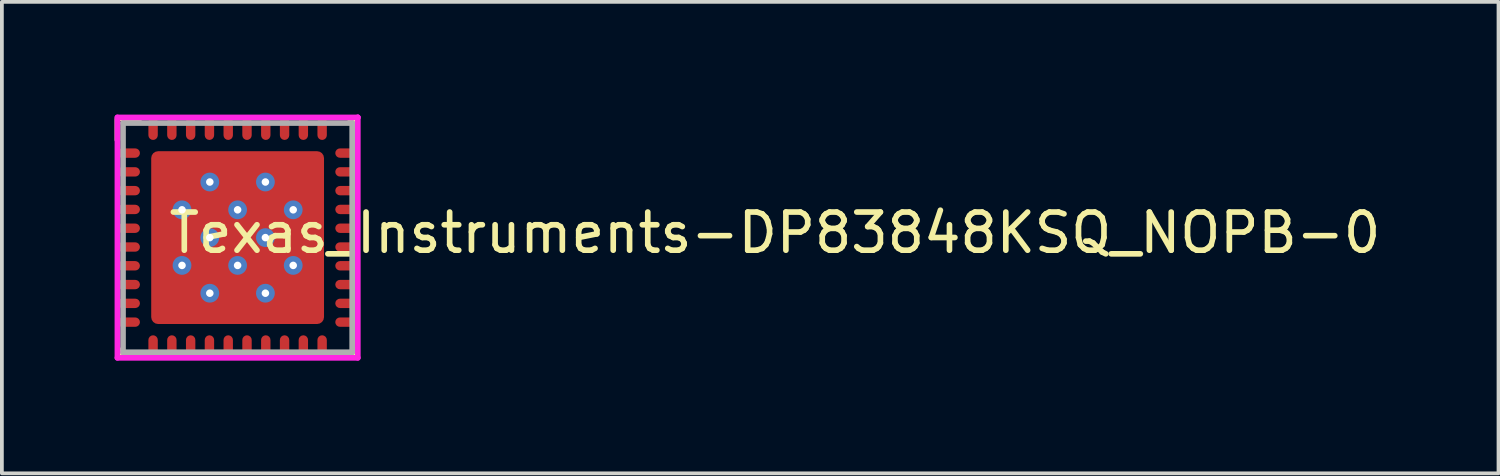
<source format=kicad_pcb>
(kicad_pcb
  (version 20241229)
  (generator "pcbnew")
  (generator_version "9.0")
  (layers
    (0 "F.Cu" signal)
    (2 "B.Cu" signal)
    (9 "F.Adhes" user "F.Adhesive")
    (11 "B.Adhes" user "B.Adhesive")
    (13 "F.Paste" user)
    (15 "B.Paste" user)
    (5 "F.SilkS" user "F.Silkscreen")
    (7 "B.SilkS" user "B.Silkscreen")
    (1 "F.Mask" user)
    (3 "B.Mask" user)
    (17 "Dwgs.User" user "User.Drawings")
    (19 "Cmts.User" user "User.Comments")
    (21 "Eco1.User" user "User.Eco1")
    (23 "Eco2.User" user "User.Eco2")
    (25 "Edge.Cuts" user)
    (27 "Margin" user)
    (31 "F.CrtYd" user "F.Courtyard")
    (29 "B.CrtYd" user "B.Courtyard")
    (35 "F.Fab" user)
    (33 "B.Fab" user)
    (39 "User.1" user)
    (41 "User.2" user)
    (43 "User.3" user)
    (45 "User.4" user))
  (footprint "Texas_Instruments-DP83848KSQ_NOPB-0"
    (layer "F.Cu")
    (at 3.275 3.275)
    (property "Reference" "Texas_Instruments-DP83848KSQ_NOPB-0" (at -1.905 -0.127 0) (layer "F.SilkS") (effects (font (size 1.016 1.016) (thickness 0.15)) (justify left)))
    (attr through_hole)
    (fp_line (start -3.2 -2.6) (end -3.2 -3.15) (stroke (width 0.15) (type solid)) (layer "F.SilkS"))
    (fp_line (start -3.175 -3.175) (end -2.6 -3.175) (stroke (width 0.15) (type solid)) (layer "F.SilkS"))
    (fp_line (start -3.175 3.175) (end -3.175 2.975) (stroke (width 0.15) (type solid)) (layer "F.SilkS"))
    (fp_line (start -3.175 3.175) (end -2.975 3.175) (stroke (width 0.15) (type solid)) (layer "F.SilkS"))
    (fp_line (start 2.975 -3.175) (end 3.175 -3.175) (stroke (width 0.15) (type solid)) (layer "F.SilkS"))
    (fp_line (start 2.975 3.175) (end 3.175 3.175) (stroke (width 0.15) (type solid)) (layer "F.SilkS"))
    (fp_line (start 3.175 -2.975) (end 3.175 -3.175) (stroke (width 0.15) (type solid)) (layer "F.SilkS"))
    (fp_line (start 3.175 3.175) (end 3.175 2.975) (stroke (width 0.15) (type solid)) (layer "F.SilkS"))
    (fp_poly (pts (xy -0.84 -0.84) (xy -2.12 -0.84) (xy -2.12 -2.12) (xy -0.84 -2.12)) (stroke (width 0) (type solid)) (fill yes) (layer "F.Paste"))
    (fp_poly (pts (xy -0.84 0.64) (xy -2.12 0.64) (xy -2.12 -0.64) (xy -0.84 -0.64)) (stroke (width 0) (type solid)) (fill yes) (layer "F.Paste"))
    (fp_poly (pts (xy -0.84 2.12) (xy -2.12 2.12) (xy -2.12 0.84) (xy -0.84 0.84)) (stroke (width 0) (type solid)) (fill yes) (layer "F.Paste"))
    (fp_poly (pts (xy -0.64 -2.12) (xy 0.64 -2.12) (xy 0.64 -0.84) (xy -0.64 -0.84)) (stroke (width 0) (type solid)) (fill yes) (layer "F.Paste"))
    (fp_poly (pts (xy -0.64 -0.64) (xy 0.64 -0.64) (xy 0.64 0.64) (xy -0.64 0.64)) (stroke (width 0) (type solid)) (fill yes) (layer "F.Paste"))
    (fp_poly (pts (xy -0.64 0.84) (xy 0.64 0.84) (xy 0.64 2.12) (xy -0.64 2.12)) (stroke (width 0) (type solid)) (fill yes) (layer "F.Paste"))
    (fp_poly (pts (xy 0.84 -2.12) (xy 2.12 -2.12) (xy 2.12 -0.84) (xy 0.84 -0.84)) (stroke (width 0) (type solid)) (fill yes) (layer "F.Paste"))
    (fp_poly (pts (xy 0.84 -0.64) (xy 2.12 -0.64) (xy 2.12 0.64) (xy 0.84 0.64)) (stroke (width 0) (type solid)) (fill yes) (layer "F.Paste"))
    (fp_poly (pts (xy 0.84 0.84) (xy 2.12 0.84) (xy 2.12 2.12) (xy 0.84 2.12)) (stroke (width 0) (type solid)) (fill yes) (layer "F.Paste"))
    (fp_poly (pts (xy -1.058 1.15) (xy 1.058 1.15) (xy 1.065 1.15) (xy 1.072 1.149) (xy 1.079 1.147) (xy 1.086 1.145) (xy 1.093 1.143) (xy 1.1 1.14) (xy 1.106 1.136) (xy 1.112 1.132) (xy 1.118 1.128) (xy 1.123 1.123) (xy 1.128 1.118) (xy 1.132 1.112) (xy 1.136 1.106) (xy 1.14 1.1) (xy 1.143 1.093) (xy 1.145 1.086) (xy 1.147 1.079) (xy 1.149 1.072) (xy 1.15 1.065) (xy 1.15 1.058) (xy 1.15 -1.058) (xy 1.15 -1.065) (xy 1.149 -1.072) (xy 1.147 -1.079) (xy 1.145 -1.086) (xy 1.143 -1.093) (xy 1.14 -1.1) (xy 1.136 -1.106) (xy 1.132 -1.112) (xy 1.128 -1.118) (xy 1.123 -1.123) (xy 1.118 -1.128) (xy 1.112 -1.132) (xy 1.106 -1.136) (xy 1.1 -1.14) (xy 1.093 -1.143) (xy 1.086 -1.145) (xy 1.079 -1.147) (xy 1.072 -1.149) (xy 1.065 -1.15) (xy 1.058 -1.15) (xy -1.058 -1.15) (xy -1.065 -1.15) (xy -1.072 -1.149) (xy -1.079 -1.147) (xy -1.086 -1.145) (xy -1.093 -1.143) (xy -1.1 -1.14) (xy -1.106 -1.136) (xy -1.112 -1.132) (xy -1.118 -1.128) (xy -1.123 -1.123) (xy -1.128 -1.118) (xy -1.132 -1.112) (xy -1.136 -1.106) (xy -1.14 -1.1) (xy -1.143 -1.093) (xy -1.145 -1.086) (xy -1.147 -1.079) (xy -1.149 -1.072) (xy -1.15 -1.065) (xy -1.15 -1.058) (xy -1.15 1.058) (xy -1.15 1.065) (xy -1.149 1.072) (xy -1.147 1.079) (xy -1.145 1.086) (xy -1.143 1.093) (xy -1.14 1.1) (xy -1.136 1.106) (xy -1.132 1.112) (xy -1.128 1.118) (xy -1.123 1.123) (xy -1.118 1.128) (xy -1.112 1.132) (xy -1.106 1.136) (xy -1.1 1.14) (xy -1.093 1.143) (xy -1.086 1.145) (xy -1.079 1.147) (xy -1.072 1.149) (xy -1.065 1.15) (xy -1.058 1.15)) (stroke (width 0) (type solid)) (fill yes) (layer "F.Paste"))
    (fp_line (start -3.2 -3.2) (end -3.2 3.2) (stroke (width 0.15) (type solid)) (layer "F.CrtYd"))
    (fp_line (start -3.2 3.2) (end 3.2 3.2) (stroke (width 0.15) (type solid)) (layer "F.CrtYd"))
    (fp_line (start 3.2 -3.2) (end -3.2 -3.2) (stroke (width 0.15) (type solid)) (layer "F.CrtYd"))
    (fp_line (start 3.2 -3.2) (end 3.2 -3.2) (stroke (width 0.15) (type solid)) (layer "F.CrtYd"))
    (fp_line (start 3.2 3.2) (end 3.2 -3.2) (stroke (width 0.15) (type solid)) (layer "F.CrtYd"))
    (fp_line (start -3.05 -3.05) (end 3.05 -3.05) (stroke (width 0.15) (type solid)) (layer "F.Fab"))
    (fp_line (start -3.05 3.05) (end -3.05 -3.05) (stroke (width 0.15) (type solid)) (layer "F.Fab"))
    (fp_line (start 3.05 -3.05) (end 3.05 3.05) (stroke (width 0.15) (type solid)) (layer "F.Fab"))
    (fp_line (start 3.05 3.05) (end -3.05 3.05) (stroke (width 0.15) (type solid)) (layer "F.Fab"))
    (pad "1" smd roundrect (at -2.9 -2.25 270) (size 0.25 0.6) (layers "F.Cu" "F.Mask" "F.Paste") (roundrect_rratio 0.5))
    (pad "2" smd roundrect (at -2.9 -1.75 270) (size 0.25 0.6) (layers "F.Cu" "F.Mask" "F.Paste") (roundrect_rratio 0.5))
    (pad "3" smd roundrect (at -2.9 -1.25 270) (size 0.25 0.6) (layers "F.Cu" "F.Mask" "F.Paste") (roundrect_rratio 0.5))
    (pad "4" smd roundrect (at -2.9 -0.75 270) (size 0.25 0.6) (layers "F.Cu" "F.Mask" "F.Paste") (roundrect_rratio 0.5))
    (pad "5" smd roundrect (at -2.9 -0.25 270) (size 0.25 0.6) (layers "F.Cu" "F.Mask" "F.Paste") (roundrect_rratio 0.5))
    (pad "6" smd roundrect (at -2.9 0.25 270) (size 0.25 0.6) (layers "F.Cu" "F.Mask" "F.Paste") (roundrect_rratio 0.5))
    (pad "7" smd roundrect (at -2.9 0.75 270) (size 0.25 0.6) (layers "F.Cu" "F.Mask" "F.Paste") (roundrect_rratio 0.5))
    (pad "8" smd roundrect (at -2.9 1.25 270) (size 0.25 0.6) (layers "F.Cu" "F.Mask" "F.Paste") (roundrect_rratio 0.5))
    (pad "9" smd roundrect (at -2.9 1.75 270) (size 0.25 0.6) (layers "F.Cu" "F.Mask" "F.Paste") (roundrect_rratio 0.5))
    (pad "10" smd roundrect (at -2.9 2.25 270) (size 0.25 0.6) (layers "F.Cu" "F.Mask" "F.Paste") (roundrect_rratio 0.5))
    (pad "11" smd roundrect (at -2.25 2.9) (size 0.25 0.6) (layers "F.Cu" "F.Mask" "F.Paste") (roundrect_rratio 0.5))
    (pad "12" smd roundrect (at -1.75 2.9) (size 0.25 0.6) (layers "F.Cu" "F.Mask" "F.Paste") (roundrect_rratio 0.5))
    (pad "13" smd roundrect (at -1.25 2.9) (size 0.25 0.6) (layers "F.Cu" "F.Mask" "F.Paste") (roundrect_rratio 0.5))
    (pad "14" smd roundrect (at -0.75 2.9) (size 0.25 0.6) (layers "F.Cu" "F.Mask" "F.Paste") (roundrect_rratio 0.5))
    (pad "15" smd roundrect (at -0.25 2.9) (size 0.25 0.6) (layers "F.Cu" "F.Mask" "F.Paste") (roundrect_rratio 0.5))
    (pad "16" smd roundrect (at 0.25 2.9) (size 0.25 0.6) (layers "F.Cu" "F.Mask" "F.Paste") (roundrect_rratio 0.5))
    (pad "17" smd roundrect (at 0.75 2.9) (size 0.25 0.6) (layers "F.Cu" "F.Mask" "F.Paste") (roundrect_rratio 0.5))
    (pad "18" smd roundrect (at 1.25 2.9) (size 0.25 0.6) (layers "F.Cu" "F.Mask" "F.Paste") (roundrect_rratio 0.5))
    (pad "19" smd roundrect (at 1.75 2.9) (size 0.25 0.6) (layers "F.Cu" "F.Mask" "F.Paste") (roundrect_rratio 0.5))
    (pad "20" smd roundrect (at 2.25 2.9) (size 0.25 0.6) (layers "F.Cu" "F.Mask" "F.Paste") (roundrect_rratio 0.5))
    (pad "21" smd roundrect (at 2.9 2.25 270) (size 0.25 0.6) (layers "F.Cu" "F.Mask" "F.Paste") (roundrect_rratio 0.5))
    (pad "22" smd roundrect (at 2.9 1.75 270) (size 0.25 0.6) (layers "F.Cu" "F.Mask" "F.Paste") (roundrect_rratio 0.5))
    (pad "23" smd roundrect (at 2.9 1.25 270) (size 0.25 0.6) (layers "F.Cu" "F.Mask" "F.Paste") (roundrect_rratio 0.5))
    (pad "24" smd roundrect (at 2.9 0.75 270) (size 0.25 0.6) (layers "F.Cu" "F.Mask" "F.Paste") (roundrect_rratio 0.5))
    (pad "25" smd roundrect (at 2.9 0.25 270) (size 0.25 0.6) (layers "F.Cu" "F.Mask" "F.Paste") (roundrect_rratio 0.5))
    (pad "26" smd roundrect (at 2.9 -0.25 270) (size 0.25 0.6) (layers "F.Cu" "F.Mask" "F.Paste") (roundrect_rratio 0.5))
    (pad "27" smd roundrect (at 2.9 -0.75 270) (size 0.25 0.6) (layers "F.Cu" "F.Mask" "F.Paste") (roundrect_rratio 0.5))
    (pad "28" smd roundrect (at 2.9 -1.25 270) (size 0.25 0.6) (layers "F.Cu" "F.Mask" "F.Paste") (roundrect_rratio 0.5))
    (pad "29" smd roundrect (at 2.9 -1.75 270) (size 0.25 0.6) (layers "F.Cu" "F.Mask" "F.Paste") (roundrect_rratio 0.5))
    (pad "30" smd roundrect (at 2.9 -2.25 270) (size 0.25 0.6) (layers "F.Cu" "F.Mask" "F.Paste") (roundrect_rratio 0.5))
    (pad "31" smd roundrect (at 2.25 -2.9) (size 0.25 0.6) (layers "F.Cu" "F.Mask" "F.Paste") (roundrect_rratio 0.5))
    (pad "32" smd roundrect (at 1.75 -2.9) (size 0.25 0.6) (layers "F.Cu" "F.Mask" "F.Paste") (roundrect_rratio 0.5))
    (pad "33" smd roundrect (at 1.25 -2.9) (size 0.25 0.6) (layers "F.Cu" "F.Mask" "F.Paste") (roundrect_rratio 0.5))
    (pad "34" smd roundrect (at 0.75 -2.9) (size 0.25 0.6) (layers "F.Cu" "F.Mask" "F.Paste") (roundrect_rratio 0.5))
    (pad "35" smd roundrect (at 0.25 -2.9) (size 0.25 0.6) (layers "F.Cu" "F.Mask" "F.Paste") (roundrect_rratio 0.5))
    (pad "36" smd roundrect (at -0.25 -2.9) (size 0.25 0.6) (layers "F.Cu" "F.Mask" "F.Paste") (roundrect_rratio 0.5))
    (pad "37" smd roundrect (at -0.75 -2.9) (size 0.25 0.6) (layers "F.Cu" "F.Mask" "F.Paste") (roundrect_rratio 0.5))
    (pad "38" smd roundrect (at -1.25 -2.9) (size 0.25 0.6) (layers "F.Cu" "F.Mask" "F.Paste") (roundrect_rratio 0.5))
    (pad "39" smd roundrect (at -1.75 -2.9) (size 0.25 0.6) (layers "F.Cu" "F.Mask" "F.Paste") (roundrect_rratio 0.5))
    (pad "40" smd roundrect (at -2.25 -2.9) (size 0.25 0.6) (layers "F.Cu" "F.Mask" "F.Paste") (roundrect_rratio 0.5))
    (pad "41" smd roundrect (at 0.000001 -0.000003) (size 4.6 4.6) (layers "F.Cu" "F.Mask") (roundrect_rratio 0.04))
    (pad "~" thru_hole circle (at -1.48 -0.74) (size 0.5 0.5) (drill 0.2) (layers "*.Cu"))
    (pad "~" thru_hole circle (at -1.48 0.74) (size 0.5 0.5) (drill 0.2) (layers "*.Cu"))
    (pad "~" thru_hole circle (at -0.74 -1.48) (size 0.5 0.5) (drill 0.2) (layers "*.Cu"))
    (pad "~" thru_hole circle (at -0.74 0) (size 0.5 0.5) (drill 0.2) (layers "*.Cu"))
    (pad "~" thru_hole circle (at -0.74 1.48) (size 0.5 0.5) (drill 0.2) (layers "*.Cu"))
    (pad "~" thru_hole circle (at 0 -0.74) (size 0.5 0.5) (drill 0.2) (layers "*.Cu"))
    (pad "~" thru_hole circle (at 0 0.74) (size 0.5 0.5) (drill 0.2) (layers "*.Cu"))
    (pad "~" thru_hole circle (at 0.74 -1.48) (size 0.5 0.5) (drill 0.2) (layers "*.Cu"))
    (pad "~" thru_hole circle (at 0.74 0) (size 0.5 0.5) (drill 0.2) (layers "*.Cu"))
    (pad "~" thru_hole circle (at 0.74 1.48) (size 0.5 0.5) (drill 0.2) (layers "*.Cu"))
    (pad "~" thru_hole circle (at 1.48 -0.74) (size 0.5 0.5) (drill 0.2) (layers "*.Cu"))
    (pad "~" thru_hole circle (at 1.48 0.74) (size 0.5 0.5) (drill 0.2) (layers "*.Cu")))
  (gr_rect
    (start -3 -3)
    (end 36.839 9.55)
    (stroke (width 0.1) (type default))
    (fill no)
    (layer "Edge.Cuts")))
</source>
